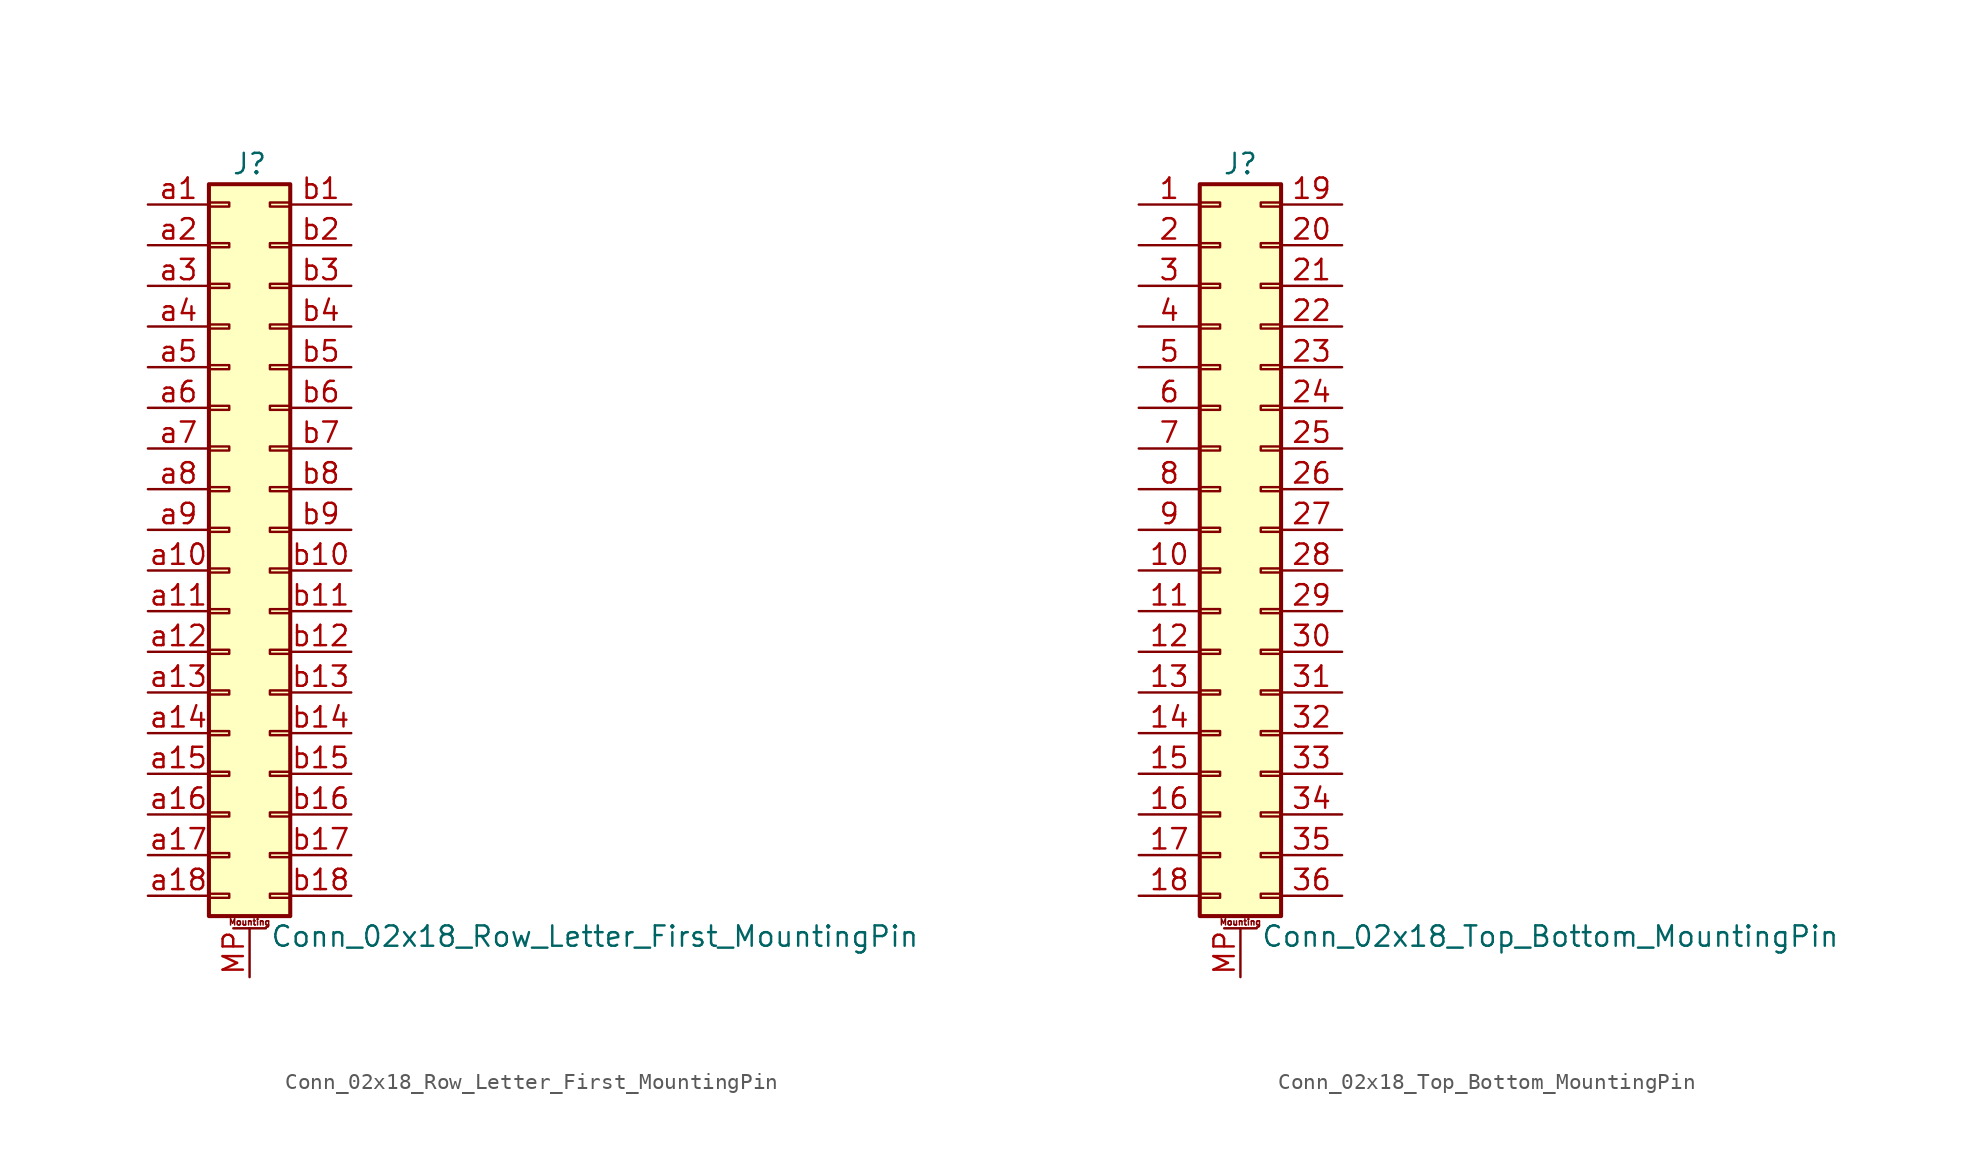
<source format=kicad_sym>
(kicad_symbol_lib
  (version 20211014)
  (generator kicad_symbol_editor)
  (symbol "Conn_02x18_Row_Letter_First_MountingPin"
    (pin_names
      (offset 1.016) hide)
    (property "Reference" "J"
      (at 1.27 22.86 0)
      (effects (font (size 1.27 1.27))))
    (property "Value" "Conn_02x18_Row_Letter_First_MountingPin"
      (at 2.54 -25.4 0)
      (effects (font (size 1.27 1.27)) (justify left)))
    (symbol "Conn_02x18_Row_Letter_First_MountingPin_1_1"
      (rectangle (start -1.27 -22.733) (end 0 -22.987) (stroke (width 0.152) (type default) (color 0 0 0 0)) (fill (type none)))
      (rectangle (start -1.27 -20.193) (end 0 -20.447) (stroke (width 0.152) (type default) (color 0 0 0 0)) (fill (type none)))
      (rectangle (start -1.27 -17.653) (end 0 -17.907) (stroke (width 0.152) (type default) (color 0 0 0 0)) (fill (type none)))
      (rectangle (start -1.27 -15.113) (end 0 -15.367) (stroke (width 0.152) (type default) (color 0 0 0 0)) (fill (type none)))
      (rectangle (start -1.27 -12.573) (end 0 -12.827) (stroke (width 0.152) (type default) (color 0 0 0 0)) (fill (type none)))
      (rectangle (start -1.27 -10.033) (end 0 -10.287) (stroke (width 0.152) (type default) (color 0 0 0 0)) (fill (type none)))
      (rectangle (start -1.27 -7.493) (end 0 -7.747) (stroke (width 0.152) (type default) (color 0 0 0 0)) (fill (type none)))
      (rectangle (start -1.27 -4.953) (end 0 -5.207) (stroke (width 0.152) (type default) (color 0 0 0 0)) (fill (type none)))
      (rectangle (start -1.27 -2.413) (end 0 -2.667) (stroke (width 0.152) (type default) (color 0 0 0 0)) (fill (type none)))
      (rectangle (start -1.27 0.127) (end 0 -0.127) (stroke (width 0.152) (type default) (color 0 0 0 0)) (fill (type none)))
      (rectangle (start -1.27 2.667) (end 0 2.413) (stroke (width 0.152) (type default) (color 0 0 0 0)) (fill (type none)))
      (rectangle (start -1.27 5.207) (end 0 4.953) (stroke (width 0.152) (type default) (color 0 0 0 0)) (fill (type none)))
      (rectangle (start -1.27 7.747) (end 0 7.493) (stroke (width 0.152) (type default) (color 0 0 0 0)) (fill (type none)))
      (rectangle (start -1.27 10.287) (end 0 10.033) (stroke (width 0.152) (type default) (color 0 0 0 0)) (fill (type none)))
      (rectangle (start -1.27 12.827) (end 0 12.573) (stroke (width 0.152) (type default) (color 0 0 0 0)) (fill (type none)))
      (rectangle (start -1.27 15.367) (end 0 15.113) (stroke (width 0.152) (type default) (color 0 0 0 0)) (fill (type none)))
      (rectangle (start -1.27 17.907) (end 0 17.653) (stroke (width 0.152) (type default) (color 0 0 0 0)) (fill (type none)))
      (rectangle (start -1.27 20.447) (end 0 20.193) (stroke (width 0.152) (type default) (color 0 0 0 0)) (fill (type none)))
      (rectangle (start -1.27 21.59) (end 3.81 -24.13) (stroke (width 0.254) (type default) (color 0 0 0 0)) (fill (type background)))
      (polyline (pts (xy 0.254 -24.892) (xy 2.286 -24.892)) (stroke (width 0.152) (type default) (color 0 0 0 0)) (fill (type none)))
      (rectangle (start 3.81 -22.733) (end 2.54 -22.987) (stroke (width 0.152) (type default) (color 0 0 0 0)) (fill (type none)))
      (rectangle (start 3.81 -20.193) (end 2.54 -20.447) (stroke (width 0.152) (type default) (color 0 0 0 0)) (fill (type none)))
      (rectangle (start 3.81 -17.653) (end 2.54 -17.907) (stroke (width 0.152) (type default) (color 0 0 0 0)) (fill (type none)))
      (rectangle (start 3.81 -15.113) (end 2.54 -15.367) (stroke (width 0.152) (type default) (color 0 0 0 0)) (fill (type none)))
      (rectangle (start 3.81 -12.573) (end 2.54 -12.827) (stroke (width 0.152) (type default) (color 0 0 0 0)) (fill (type none)))
      (rectangle (start 3.81 -10.033) (end 2.54 -10.287) (stroke (width 0.152) (type default) (color 0 0 0 0)) (fill (type none)))
      (rectangle (start 3.81 -7.493) (end 2.54 -7.747) (stroke (width 0.152) (type default) (color 0 0 0 0)) (fill (type none)))
      (rectangle (start 3.81 -4.953) (end 2.54 -5.207) (stroke (width 0.152) (type default) (color 0 0 0 0)) (fill (type none)))
      (rectangle (start 3.81 -2.413) (end 2.54 -2.667) (stroke (width 0.152) (type default) (color 0 0 0 0)) (fill (type none)))
      (rectangle (start 3.81 0.127) (end 2.54 -0.127) (stroke (width 0.152) (type default) (color 0 0 0 0)) (fill (type none)))
      (rectangle (start 3.81 2.667) (end 2.54 2.413) (stroke (width 0.152) (type default) (color 0 0 0 0)) (fill (type none)))
      (rectangle (start 3.81 5.207) (end 2.54 4.953) (stroke (width 0.152) (type default) (color 0 0 0 0)) (fill (type none)))
      (rectangle (start 3.81 7.747) (end 2.54 7.493) (stroke (width 0.152) (type default) (color 0 0 0 0)) (fill (type none)))
      (rectangle (start 3.81 10.287) (end 2.54 10.033) (stroke (width 0.152) (type default) (color 0 0 0 0)) (fill (type none)))
      (rectangle (start 3.81 12.827) (end 2.54 12.573) (stroke (width 0.152) (type default) (color 0 0 0 0)) (fill (type none)))
      (rectangle (start 3.81 15.367) (end 2.54 15.113) (stroke (width 0.152) (type default) (color 0 0 0 0)) (fill (type none)))
      (rectangle (start 3.81 17.907) (end 2.54 17.653) (stroke (width 0.152) (type default) (color 0 0 0 0)) (fill (type none)))
      (rectangle (start 3.81 20.447) (end 2.54 20.193) (stroke (width 0.152) (type default) (color 0 0 0 0)) (fill (type none)))
      (text "Mounting" (at 1.27 -24.511 0) (effects (font (size 0.381 0.381))))
      (pin passive line (at 1.27 -27.94 90) (length 3.048) (name "MountPin" (effects (font (size 1.27 1.27)))) (number "MP" (effects (font (size 1.27 1.27)))))
      (pin passive line (at -5.08 20.32 0) (length 3.81) (name "Pin_a1" (effects (font (size 1.27 1.27)))) (number "a1" (effects (font (size 1.27 1.27)))))
      (pin passive line (at -5.08 -2.54 0) (length 3.81) (name "Pin_a10" (effects (font (size 1.27 1.27)))) (number "a10" (effects (font (size 1.27 1.27)))))
      (pin passive line (at -5.08 -5.08 0) (length 3.81) (name "Pin_a11" (effects (font (size 1.27 1.27)))) (number "a11" (effects (font (size 1.27 1.27)))))
      (pin passive line (at -5.08 -7.62 0) (length 3.81) (name "Pin_a12" (effects (font (size 1.27 1.27)))) (number "a12" (effects (font (size 1.27 1.27)))))
      (pin passive line (at -5.08 -10.16 0) (length 3.81) (name "Pin_a13" (effects (font (size 1.27 1.27)))) (number "a13" (effects (font (size 1.27 1.27)))))
      (pin passive line (at -5.08 -12.7 0) (length 3.81) (name "Pin_a14" (effects (font (size 1.27 1.27)))) (number "a14" (effects (font (size 1.27 1.27)))))
      (pin passive line (at -5.08 -15.24 0) (length 3.81) (name "Pin_a15" (effects (font (size 1.27 1.27)))) (number "a15" (effects (font (size 1.27 1.27)))))
      (pin passive line (at -5.08 -17.78 0) (length 3.81) (name "Pin_a16" (effects (font (size 1.27 1.27)))) (number "a16" (effects (font (size 1.27 1.27)))))
      (pin passive line (at -5.08 -20.32 0) (length 3.81) (name "Pin_a17" (effects (font (size 1.27 1.27)))) (number "a17" (effects (font (size 1.27 1.27)))))
      (pin passive line (at -5.08 -22.86 0) (length 3.81) (name "Pin_a18" (effects (font (size 1.27 1.27)))) (number "a18" (effects (font (size 1.27 1.27)))))
      (pin passive line (at -5.08 17.78 0) (length 3.81) (name "Pin_a2" (effects (font (size 1.27 1.27)))) (number "a2" (effects (font (size 1.27 1.27)))))
      (pin passive line (at -5.08 15.24 0) (length 3.81) (name "Pin_a3" (effects (font (size 1.27 1.27)))) (number "a3" (effects (font (size 1.27 1.27)))))
      (pin passive line (at -5.08 12.7 0) (length 3.81) (name "Pin_a4" (effects (font (size 1.27 1.27)))) (number "a4" (effects (font (size 1.27 1.27)))))
      (pin passive line (at -5.08 10.16 0) (length 3.81) (name "Pin_a5" (effects (font (size 1.27 1.27)))) (number "a5" (effects (font (size 1.27 1.27)))))
      (pin passive line (at -5.08 7.62 0) (length 3.81) (name "Pin_a6" (effects (font (size 1.27 1.27)))) (number "a6" (effects (font (size 1.27 1.27)))))
      (pin passive line (at -5.08 5.08 0) (length 3.81) (name "Pin_a7" (effects (font (size 1.27 1.27)))) (number "a7" (effects (font (size 1.27 1.27)))))
      (pin passive line (at -5.08 2.54 0) (length 3.81) (name "Pin_a8" (effects (font (size 1.27 1.27)))) (number "a8" (effects (font (size 1.27 1.27)))))
      (pin passive line (at -5.08 0 0) (length 3.81) (name "Pin_a9" (effects (font (size 1.27 1.27)))) (number "a9" (effects (font (size 1.27 1.27)))))
      (pin passive line (at 7.62 20.32 180) (length 3.81) (name "Pin_b1" (effects (font (size 1.27 1.27)))) (number "b1" (effects (font (size 1.27 1.27)))))
      (pin passive line (at 7.62 -2.54 180) (length 3.81) (name "Pin_b10" (effects (font (size 1.27 1.27)))) (number "b10" (effects (font (size 1.27 1.27)))))
      (pin passive line (at 7.62 -5.08 180) (length 3.81) (name "Pin_b11" (effects (font (size 1.27 1.27)))) (number "b11" (effects (font (size 1.27 1.27)))))
      (pin passive line (at 7.62 -7.62 180) (length 3.81) (name "Pin_b12" (effects (font (size 1.27 1.27)))) (number "b12" (effects (font (size 1.27 1.27)))))
      (pin passive line (at 7.62 -10.16 180) (length 3.81) (name "Pin_b13" (effects (font (size 1.27 1.27)))) (number "b13" (effects (font (size 1.27 1.27)))))
      (pin passive line (at 7.62 -12.7 180) (length 3.81) (name "Pin_b14" (effects (font (size 1.27 1.27)))) (number "b14" (effects (font (size 1.27 1.27)))))
      (pin passive line (at 7.62 -15.24 180) (length 3.81) (name "Pin_b15" (effects (font (size 1.27 1.27)))) (number "b15" (effects (font (size 1.27 1.27)))))
      (pin passive line (at 7.62 -17.78 180) (length 3.81) (name "Pin_b16" (effects (font (size 1.27 1.27)))) (number "b16" (effects (font (size 1.27 1.27)))))
      (pin passive line (at 7.62 -20.32 180) (length 3.81) (name "Pin_b17" (effects (font (size 1.27 1.27)))) (number "b17" (effects (font (size 1.27 1.27)))))
      (pin passive line (at 7.62 -22.86 180) (length 3.81) (name "Pin_b18" (effects (font (size 1.27 1.27)))) (number "b18" (effects (font (size 1.27 1.27)))))
      (pin passive line (at 7.62 17.78 180) (length 3.81) (name "Pin_b2" (effects (font (size 1.27 1.27)))) (number "b2" (effects (font (size 1.27 1.27)))))
      (pin passive line (at 7.62 15.24 180) (length 3.81) (name "Pin_b3" (effects (font (size 1.27 1.27)))) (number "b3" (effects (font (size 1.27 1.27)))))
      (pin passive line (at 7.62 12.7 180) (length 3.81) (name "Pin_b4" (effects (font (size 1.27 1.27)))) (number "b4" (effects (font (size 1.27 1.27)))))
      (pin passive line (at 7.62 10.16 180) (length 3.81) (name "Pin_b5" (effects (font (size 1.27 1.27)))) (number "b5" (effects (font (size 1.27 1.27)))))
      (pin passive line (at 7.62 7.62 180) (length 3.81) (name "Pin_b6" (effects (font (size 1.27 1.27)))) (number "b6" (effects (font (size 1.27 1.27)))))
      (pin passive line (at 7.62 5.08 180) (length 3.81) (name "Pin_b7" (effects (font (size 1.27 1.27)))) (number "b7" (effects (font (size 1.27 1.27)))))
      (pin passive line (at 7.62 2.54 180) (length 3.81) (name "Pin_b8" (effects (font (size 1.27 1.27)))) (number "b8" (effects (font (size 1.27 1.27)))))
      (pin passive line (at 7.62 0 180) (length 3.81) (name "Pin_b9" (effects (font (size 1.27 1.27)))) (number "b9" (effects (font (size 1.27 1.27)))))))
  (symbol "Conn_02x18_Top_Bottom_MountingPin"
    (pin_names
      (offset 1.016) hide)
    (property "Reference" "J"
      (at 1.27 22.86 0)
      (effects (font (size 1.27 1.27))))
    (property "Value" "Conn_02x18_Top_Bottom_MountingPin"
      (at 2.54 -25.4 0)
      (effects (font (size 1.27 1.27)) (justify left)))
    (symbol "Conn_02x18_Top_Bottom_MountingPin_1_1"
      (rectangle (start -1.27 -22.733) (end 0 -22.987) (stroke (width 0.152) (type default) (color 0 0 0 0)) (fill (type none)))
      (rectangle (start -1.27 -20.193) (end 0 -20.447) (stroke (width 0.152) (type default) (color 0 0 0 0)) (fill (type none)))
      (rectangle (start -1.27 -17.653) (end 0 -17.907) (stroke (width 0.152) (type default) (color 0 0 0 0)) (fill (type none)))
      (rectangle (start -1.27 -15.113) (end 0 -15.367) (stroke (width 0.152) (type default) (color 0 0 0 0)) (fill (type none)))
      (rectangle (start -1.27 -12.573) (end 0 -12.827) (stroke (width 0.152) (type default) (color 0 0 0 0)) (fill (type none)))
      (rectangle (start -1.27 -10.033) (end 0 -10.287) (stroke (width 0.152) (type default) (color 0 0 0 0)) (fill (type none)))
      (rectangle (start -1.27 -7.493) (end 0 -7.747) (stroke (width 0.152) (type default) (color 0 0 0 0)) (fill (type none)))
      (rectangle (start -1.27 -4.953) (end 0 -5.207) (stroke (width 0.152) (type default) (color 0 0 0 0)) (fill (type none)))
      (rectangle (start -1.27 -2.413) (end 0 -2.667) (stroke (width 0.152) (type default) (color 0 0 0 0)) (fill (type none)))
      (rectangle (start -1.27 0.127) (end 0 -0.127) (stroke (width 0.152) (type default) (color 0 0 0 0)) (fill (type none)))
      (rectangle (start -1.27 2.667) (end 0 2.413) (stroke (width 0.152) (type default) (color 0 0 0 0)) (fill (type none)))
      (rectangle (start -1.27 5.207) (end 0 4.953) (stroke (width 0.152) (type default) (color 0 0 0 0)) (fill (type none)))
      (rectangle (start -1.27 7.747) (end 0 7.493) (stroke (width 0.152) (type default) (color 0 0 0 0)) (fill (type none)))
      (rectangle (start -1.27 10.287) (end 0 10.033) (stroke (width 0.152) (type default) (color 0 0 0 0)) (fill (type none)))
      (rectangle (start -1.27 12.827) (end 0 12.573) (stroke (width 0.152) (type default) (color 0 0 0 0)) (fill (type none)))
      (rectangle (start -1.27 15.367) (end 0 15.113) (stroke (width 0.152) (type default) (color 0 0 0 0)) (fill (type none)))
      (rectangle (start -1.27 17.907) (end 0 17.653) (stroke (width 0.152) (type default) (color 0 0 0 0)) (fill (type none)))
      (rectangle (start -1.27 20.447) (end 0 20.193) (stroke (width 0.152) (type default) (color 0 0 0 0)) (fill (type none)))
      (rectangle (start -1.27 21.59) (end 3.81 -24.13) (stroke (width 0.254) (type default) (color 0 0 0 0)) (fill (type background)))
      (polyline (pts (xy 0.254 -24.892) (xy 2.286 -24.892)) (stroke (width 0.152) (type default) (color 0 0 0 0)) (fill (type none)))
      (rectangle (start 3.81 -22.733) (end 2.54 -22.987) (stroke (width 0.152) (type default) (color 0 0 0 0)) (fill (type none)))
      (rectangle (start 3.81 -20.193) (end 2.54 -20.447) (stroke (width 0.152) (type default) (color 0 0 0 0)) (fill (type none)))
      (rectangle (start 3.81 -17.653) (end 2.54 -17.907) (stroke (width 0.152) (type default) (color 0 0 0 0)) (fill (type none)))
      (rectangle (start 3.81 -15.113) (end 2.54 -15.367) (stroke (width 0.152) (type default) (color 0 0 0 0)) (fill (type none)))
      (rectangle (start 3.81 -12.573) (end 2.54 -12.827) (stroke (width 0.152) (type default) (color 0 0 0 0)) (fill (type none)))
      (rectangle (start 3.81 -10.033) (end 2.54 -10.287) (stroke (width 0.152) (type default) (color 0 0 0 0)) (fill (type none)))
      (rectangle (start 3.81 -7.493) (end 2.54 -7.747) (stroke (width 0.152) (type default) (color 0 0 0 0)) (fill (type none)))
      (rectangle (start 3.81 -4.953) (end 2.54 -5.207) (stroke (width 0.152) (type default) (color 0 0 0 0)) (fill (type none)))
      (rectangle (start 3.81 -2.413) (end 2.54 -2.667) (stroke (width 0.152) (type default) (color 0 0 0 0)) (fill (type none)))
      (rectangle (start 3.81 0.127) (end 2.54 -0.127) (stroke (width 0.152) (type default) (color 0 0 0 0)) (fill (type none)))
      (rectangle (start 3.81 2.667) (end 2.54 2.413) (stroke (width 0.152) (type default) (color 0 0 0 0)) (fill (type none)))
      (rectangle (start 3.81 5.207) (end 2.54 4.953) (stroke (width 0.152) (type default) (color 0 0 0 0)) (fill (type none)))
      (rectangle (start 3.81 7.747) (end 2.54 7.493) (stroke (width 0.152) (type default) (color 0 0 0 0)) (fill (type none)))
      (rectangle (start 3.81 10.287) (end 2.54 10.033) (stroke (width 0.152) (type default) (color 0 0 0 0)) (fill (type none)))
      (rectangle (start 3.81 12.827) (end 2.54 12.573) (stroke (width 0.152) (type default) (color 0 0 0 0)) (fill (type none)))
      (rectangle (start 3.81 15.367) (end 2.54 15.113) (stroke (width 0.152) (type default) (color 0 0 0 0)) (fill (type none)))
      (rectangle (start 3.81 17.907) (end 2.54 17.653) (stroke (width 0.152) (type default) (color 0 0 0 0)) (fill (type none)))
      (rectangle (start 3.81 20.447) (end 2.54 20.193) (stroke (width 0.152) (type default) (color 0 0 0 0)) (fill (type none)))
      (text "Mounting" (at 1.27 -24.511 0) (effects (font (size 0.381 0.381))))
      (pin passive line (at -5.08 20.32 0) (length 3.81) (name "Pin_1" (effects (font (size 1.27 1.27)))) (number "1" (effects (font (size 1.27 1.27)))))
      (pin passive line (at -5.08 -2.54 0) (length 3.81) (name "Pin_10" (effects (font (size 1.27 1.27)))) (number "10" (effects (font (size 1.27 1.27)))))
      (pin passive line (at -5.08 -5.08 0) (length 3.81) (name "Pin_11" (effects (font (size 1.27 1.27)))) (number "11" (effects (font (size 1.27 1.27)))))
      (pin passive line (at -5.08 -7.62 0) (length 3.81) (name "Pin_12" (effects (font (size 1.27 1.27)))) (number "12" (effects (font (size 1.27 1.27)))))
      (pin passive line (at -5.08 -10.16 0) (length 3.81) (name "Pin_13" (effects (font (size 1.27 1.27)))) (number "13" (effects (font (size 1.27 1.27)))))
      (pin passive line (at -5.08 -12.7 0) (length 3.81) (name "Pin_14" (effects (font (size 1.27 1.27)))) (number "14" (effects (font (size 1.27 1.27)))))
      (pin passive line (at -5.08 -15.24 0) (length 3.81) (name "Pin_15" (effects (font (size 1.27 1.27)))) (number "15" (effects (font (size 1.27 1.27)))))
      (pin passive line (at -5.08 -17.78 0) (length 3.81) (name "Pin_16" (effects (font (size 1.27 1.27)))) (number "16" (effects (font (size 1.27 1.27)))))
      (pin passive line (at -5.08 -20.32 0) (length 3.81) (name "Pin_17" (effects (font (size 1.27 1.27)))) (number "17" (effects (font (size 1.27 1.27)))))
      (pin passive line (at -5.08 -22.86 0) (length 3.81) (name "Pin_18" (effects (font (size 1.27 1.27)))) (number "18" (effects (font (size 1.27 1.27)))))
      (pin passive line (at 7.62 20.32 180) (length 3.81) (name "Pin_19" (effects (font (size 1.27 1.27)))) (number "19" (effects (font (size 1.27 1.27)))))
      (pin passive line (at -5.08 17.78 0) (length 3.81) (name "Pin_2" (effects (font (size 1.27 1.27)))) (number "2" (effects (font (size 1.27 1.27)))))
      (pin passive line (at 7.62 17.78 180) (length 3.81) (name "Pin_20" (effects (font (size 1.27 1.27)))) (number "20" (effects (font (size 1.27 1.27)))))
      (pin passive line (at 7.62 15.24 180) (length 3.81) (name "Pin_21" (effects (font (size 1.27 1.27)))) (number "21" (effects (font (size 1.27 1.27)))))
      (pin passive line (at 7.62 12.7 180) (length 3.81) (name "Pin_22" (effects (font (size 1.27 1.27)))) (number "22" (effects (font (size 1.27 1.27)))))
      (pin passive line (at 7.62 10.16 180) (length 3.81) (name "Pin_23" (effects (font (size 1.27 1.27)))) (number "23" (effects (font (size 1.27 1.27)))))
      (pin passive line (at 7.62 7.62 180) (length 3.81) (name "Pin_24" (effects (font (size 1.27 1.27)))) (number "24" (effects (font (size 1.27 1.27)))))
      (pin passive line (at 7.62 5.08 180) (length 3.81) (name "Pin_25" (effects (font (size 1.27 1.27)))) (number "25" (effects (font (size 1.27 1.27)))))
      (pin passive line (at 7.62 2.54 180) (length 3.81) (name "Pin_26" (effects (font (size 1.27 1.27)))) (number "26" (effects (font (size 1.27 1.27)))))
      (pin passive line (at 7.62 0 180) (length 3.81) (name "Pin_27" (effects (font (size 1.27 1.27)))) (number "27" (effects (font (size 1.27 1.27)))))
      (pin passive line (at 7.62 -2.54 180) (length 3.81) (name "Pin_28" (effects (font (size 1.27 1.27)))) (number "28" (effects (font (size 1.27 1.27)))))
      (pin passive line (at 7.62 -5.08 180) (length 3.81) (name "Pin_29" (effects (font (size 1.27 1.27)))) (number "29" (effects (font (size 1.27 1.27)))))
      (pin passive line (at -5.08 15.24 0) (length 3.81) (name "Pin_3" (effects (font (size 1.27 1.27)))) (number "3" (effects (font (size 1.27 1.27)))))
      (pin passive line (at 7.62 -7.62 180) (length 3.81) (name "Pin_30" (effects (font (size 1.27 1.27)))) (number "30" (effects (font (size 1.27 1.27)))))
      (pin passive line (at 7.62 -10.16 180) (length 3.81) (name "Pin_31" (effects (font (size 1.27 1.27)))) (number "31" (effects (font (size 1.27 1.27)))))
      (pin passive line (at 7.62 -12.7 180) (length 3.81) (name "Pin_32" (effects (font (size 1.27 1.27)))) (number "32" (effects (font (size 1.27 1.27)))))
      (pin passive line (at 7.62 -15.24 180) (length 3.81) (name "Pin_33" (effects (font (size 1.27 1.27)))) (number "33" (effects (font (size 1.27 1.27)))))
      (pin passive line (at 7.62 -17.78 180) (length 3.81) (name "Pin_34" (effects (font (size 1.27 1.27)))) (number "34" (effects (font (size 1.27 1.27)))))
      (pin passive line (at 7.62 -20.32 180) (length 3.81) (name "Pin_35" (effects (font (size 1.27 1.27)))) (number "35" (effects (font (size 1.27 1.27)))))
      (pin passive line (at 7.62 -22.86 180) (length 3.81) (name "Pin_36" (effects (font (size 1.27 1.27)))) (number "36" (effects (font (size 1.27 1.27)))))
      (pin passive line (at -5.08 12.7 0) (length 3.81) (name "Pin_4" (effects (font (size 1.27 1.27)))) (number "4" (effects (font (size 1.27 1.27)))))
      (pin passive line (at -5.08 10.16 0) (length 3.81) (name "Pin_5" (effects (font (size 1.27 1.27)))) (number "5" (effects (font (size 1.27 1.27)))))
      (pin passive line (at -5.08 7.62 0) (length 3.81) (name "Pin_6" (effects (font (size 1.27 1.27)))) (number "6" (effects (font (size 1.27 1.27)))))
      (pin passive line (at -5.08 5.08 0) (length 3.81) (name "Pin_7" (effects (font (size 1.27 1.27)))) (number "7" (effects (font (size 1.27 1.27)))))
      (pin passive line (at -5.08 2.54 0) (length 3.81) (name "Pin_8" (effects (font (size 1.27 1.27)))) (number "8" (effects (font (size 1.27 1.27)))))
      (pin passive line (at -5.08 0 0) (length 3.81) (name "Pin_9" (effects (font (size 1.27 1.27)))) (number "9" (effects (font (size 1.27 1.27)))))
      (pin passive line (at 1.27 -27.94 90) (length 3.048) (name "MountPin" (effects (font (size 1.27 1.27)))) (number "MP" (effects (font (size 1.27 1.27))))))))
</source>
